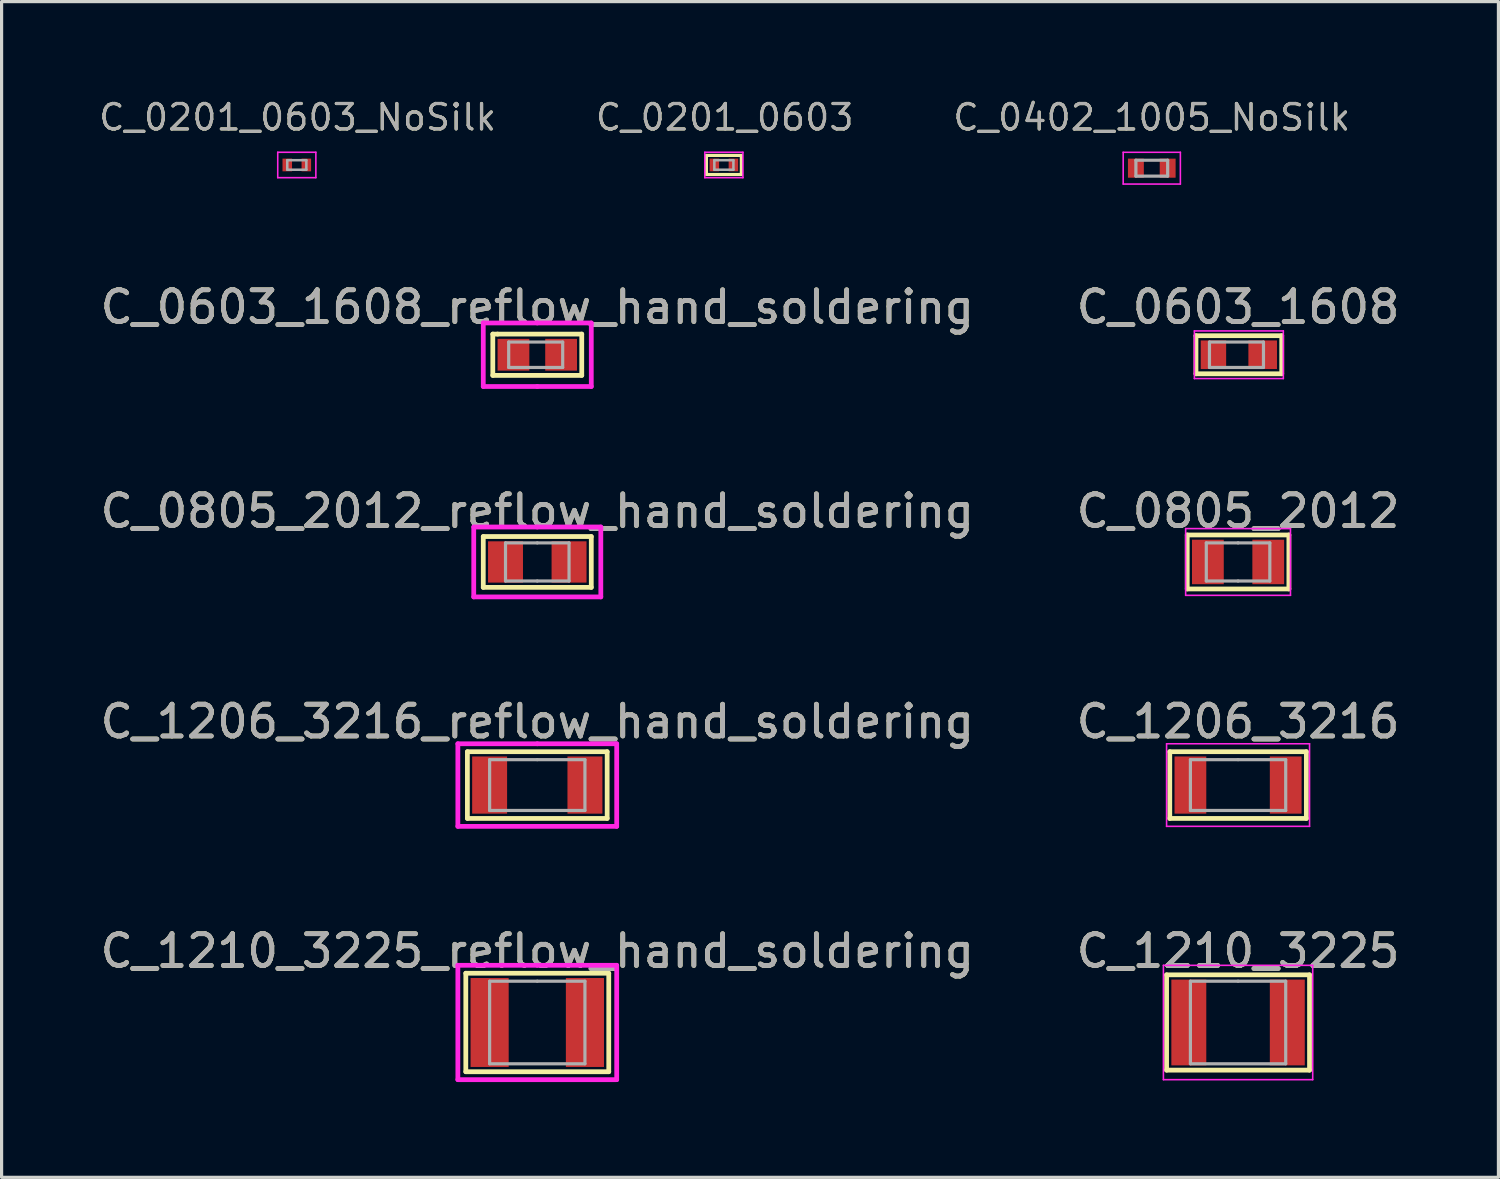
<source format=kicad_pcb>
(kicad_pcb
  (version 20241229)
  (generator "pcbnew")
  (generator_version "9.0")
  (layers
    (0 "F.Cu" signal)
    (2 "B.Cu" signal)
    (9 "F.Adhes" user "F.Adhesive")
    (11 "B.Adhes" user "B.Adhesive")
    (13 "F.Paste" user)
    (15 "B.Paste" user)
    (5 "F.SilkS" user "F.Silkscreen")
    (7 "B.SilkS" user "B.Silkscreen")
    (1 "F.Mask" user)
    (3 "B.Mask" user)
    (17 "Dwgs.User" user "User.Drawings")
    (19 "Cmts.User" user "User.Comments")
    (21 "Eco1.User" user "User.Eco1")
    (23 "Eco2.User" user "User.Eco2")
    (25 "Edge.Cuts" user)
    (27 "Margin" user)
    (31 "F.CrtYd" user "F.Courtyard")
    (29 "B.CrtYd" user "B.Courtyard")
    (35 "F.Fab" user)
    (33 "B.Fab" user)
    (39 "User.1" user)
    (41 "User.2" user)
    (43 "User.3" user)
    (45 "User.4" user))
  (footprint "C_0603_1608_reflow_hand_soldering"
    (layer "F.Cu")
    (at 13.863 8.117)
    (property "Reference" "C_0603_1608_reflow_hand_soldering" (at 0 -1.5 0) (layer "F.SilkS") (effects (font (size 1 1) (thickness 0.15))))
    (attr smd)
    (fp_line (start -1.4 -0.65) (end -1.25 -0.65) (stroke (width 0.15) (type solid)) (layer "F.SilkS"))
    (fp_line (start -1.4 0.65) (end -1.4 -0.65) (stroke (width 0.15) (type solid)) (layer "F.SilkS"))
    (fp_line (start -1.25 -0.65) (end 1.4 -0.65) (stroke (width 0.15) (type solid)) (layer "F.SilkS"))
    (fp_line (start 1.4 -0.65) (end 1.4 0.65) (stroke (width 0.15) (type solid)) (layer "F.SilkS"))
    (fp_line (start 1.4 0.65) (end -1.4 0.65) (stroke (width 0.15) (type solid)) (layer "F.SilkS"))
    (fp_line (start -1.7 -1) (end -1.7 1) (stroke (width 0.15) (type solid)) (layer "F.CrtYd"))
    (fp_line (start -1.7 1) (end 0 1) (stroke (width 0.15) (type solid)) (layer "F.CrtYd"))
    (fp_line (start 0 -1) (end -1.7 -1) (stroke (width 0.15) (type solid)) (layer "F.CrtYd"))
    (fp_line (start 0 -1) (end 1.7 -1) (stroke (width 0.15) (type solid)) (layer "F.CrtYd"))
    (fp_line (start 1.7 -1) (end 1.7 1) (stroke (width 0.15) (type solid)) (layer "F.CrtYd"))
    (fp_line (start 1.7 1) (end 0 1) (stroke (width 0.15) (type solid)) (layer "F.CrtYd"))
    (fp_line (start -0.9 -0.4) (end 0.8 -0.4) (stroke (width 0.1) (type solid)) (layer "F.Fab"))
    (fp_line (start -0.9 0.4) (end -0.9 -0.4) (stroke (width 0.1) (type solid)) (layer "F.Fab"))
    (fp_line (start 0.8 -0.4) (end 0.8 0.4) (stroke (width 0.1) (type solid)) (layer "F.Fab"))
    (fp_line (start 0.8 0.4) (end -0.9 0.4) (stroke (width 0.1) (type solid)) (layer "F.Fab"))
    (fp_text user "${REFERENCE}" (at 0 -1.5 0) (layer "F.Fab") (effects (font (size 1 1) (thickness 0.15))))
    (pad "1" smd rect (at -0.75 0) (size 1 1) (layers "F.Cu" "F.Mask" "F.Paste"))
    (pad "2" smd rect (at 0.75 0) (size 1 1) (layers "F.Cu" "F.Mask" "F.Paste")))
  (footprint "C_1210_3225_reflow_hand_soldering"
    (layer "F.Cu")
    (at 13.863 29.137)
    (property "Reference" "C_1210_3225_reflow_hand_soldering" (at 0 -2.25 0) (layer "F.SilkS") (effects (font (size 1 1) (thickness 0.15))))
    (attr smd)
    (fp_line (start -2.25 -1.55) (end 2.25 -1.55) (stroke (width 0.15) (type solid)) (layer "F.SilkS"))
    (fp_line (start -2.25 1.55) (end -2.25 -1.55) (stroke (width 0.15) (type solid)) (layer "F.SilkS"))
    (fp_line (start 2.25 -1.55) (end 2.25 1.55) (stroke (width 0.15) (type solid)) (layer "F.SilkS"))
    (fp_line (start 2.25 1.55) (end -2.25 1.55) (stroke (width 0.15) (type solid)) (layer "F.SilkS"))
    (fp_line (start -2.5 -1.8) (end 0 -1.8) (stroke (width 0.15) (type solid)) (layer "F.CrtYd"))
    (fp_line (start -2.5 1.8) (end -2.5 -1.8) (stroke (width 0.15) (type solid)) (layer "F.CrtYd"))
    (fp_line (start 0 -1.8) (end 2.5 -1.8) (stroke (width 0.15) (type solid)) (layer "F.CrtYd"))
    (fp_line (start 2.5 -1.8) (end 2.5 1.8) (stroke (width 0.15) (type solid)) (layer "F.CrtYd"))
    (fp_line (start 2.5 1.8) (end -2.5 1.8) (stroke (width 0.15) (type solid)) (layer "F.CrtYd"))
    (fp_line (start -1.5 -1.3) (end 0 -1.3) (stroke (width 0.1) (type solid)) (layer "F.Fab"))
    (fp_line (start -1.5 1.3) (end -1.5 -1.3) (stroke (width 0.1) (type solid)) (layer "F.Fab"))
    (fp_line (start 0 -1.3) (end 1.5 -1.3) (stroke (width 0.1) (type solid)) (layer "F.Fab"))
    (fp_line (start 1.5 -1.3) (end 1.5 1.3) (stroke (width 0.1) (type solid)) (layer "F.Fab"))
    (fp_line (start 1.5 1.3) (end -1.5 1.3) (stroke (width 0.1) (type solid)) (layer "F.Fab"))
    (fp_text user "${REFERENCE}" (at 0 -2.25 0) (layer "F.Fab") (effects (font (size 1 1) (thickness 0.15))))
    (pad "1" smd rect (at -1.5 0) (size 1.2 2.8) (layers "F.Cu" "F.Mask" "F.Paste"))
    (pad "2" smd rect (at 1.5 0) (size 1.2 2.8) (layers "F.Cu" "F.Mask" "F.Paste")))
  (footprint "C_0402_1005_NoSilk"
    (layer "F.Cu")
    (at 33.207 2.244)
    (property "Reference" "C_0402_1005_NoSilk" (at 0 -1.6 0) (layer "F.SilkS") (effects (font (size 0.8 0.8) (thickness 0.1))))
    (attr smd)
    (fp_line (start -0.9 -0.5) (end -0.9 0.5) (stroke (width 0.05) (type solid)) (layer "F.CrtYd"))
    (fp_line (start -0.9 0.5) (end 0.9 0.5) (stroke (width 0.05) (type solid)) (layer "F.CrtYd"))
    (fp_line (start 0.9 -0.5) (end -0.9 -0.5) (stroke (width 0.05) (type solid)) (layer "F.CrtYd"))
    (fp_line (start 0.9 0.5) (end 0.9 -0.5) (stroke (width 0.05) (type solid)) (layer "F.CrtYd"))
    (fp_line (start -0.5 -0.25) (end 0.5 -0.25) (stroke (width 0.1) (type solid)) (layer "F.Fab"))
    (fp_line (start -0.5 0.25) (end -0.5 -0.25) (stroke (width 0.1) (type solid)) (layer "F.Fab"))
    (fp_line (start 0.5 -0.25) (end 0.5 0.25) (stroke (width 0.1) (type solid)) (layer "F.Fab"))
    (fp_line (start 0.5 0.25) (end -0.5 0.25) (stroke (width 0.1) (type solid)) (layer "F.Fab"))
    (fp_text user "${REFERENCE}" (at 0 -1.6 0) (layer "F.Fab") (effects (font (size 0.8 0.8) (thickness 0.1))))
    (pad "1" smd rect (at -0.5 0) (size 0.5 0.6) (layers "F.Cu" "F.Mask" "F.Paste"))
    (pad "2" smd rect (at 0.5 0) (size 0.5 0.6) (layers "F.Cu" "F.Mask" "F.Paste")))
  (footprint "C_1206_3216_reflow_hand_soldering"
    (layer "F.Cu")
    (at 13.863 21.663)
    (property "Reference" "C_1206_3216_reflow_hand_soldering" (at 0 -2 0) (layer "F.SilkS") (effects (font (size 1 1) (thickness 0.15))))
    (attr smd)
    (fp_line (start -2.2 -1.05) (end 2.2 -1.05) (stroke (width 0.15) (type solid)) (layer "F.SilkS"))
    (fp_line (start -2.2 1.05) (end -2.2 -1.05) (stroke (width 0.15) (type solid)) (layer "F.SilkS"))
    (fp_line (start 2.2 -1.05) (end 2.2 1.05) (stroke (width 0.15) (type solid)) (layer "F.SilkS"))
    (fp_line (start 2.2 1.05) (end -2.2 1.05) (stroke (width 0.15) (type solid)) (layer "F.SilkS"))
    (fp_line (start -2.5 -1.3) (end 0 -1.3) (stroke (width 0.15) (type solid)) (layer "F.CrtYd"))
    (fp_line (start -2.5 1.3) (end -2.5 -1.3) (stroke (width 0.15) (type solid)) (layer "F.CrtYd"))
    (fp_line (start 0 -1.3) (end 2.5 -1.3) (stroke (width 0.15) (type solid)) (layer "F.CrtYd"))
    (fp_line (start 2.5 -1.3) (end 2.5 1.3) (stroke (width 0.15) (type solid)) (layer "F.CrtYd"))
    (fp_line (start 2.5 1.3) (end -2.5 1.3) (stroke (width 0.15) (type solid)) (layer "F.CrtYd"))
    (fp_line (start -1.5 -0.8) (end 0 -0.8) (stroke (width 0.1) (type solid)) (layer "F.Fab"))
    (fp_line (start -1.5 0.8) (end -1.5 -0.8) (stroke (width 0.1) (type solid)) (layer "F.Fab"))
    (fp_line (start 0 -0.8) (end 1.5 -0.8) (stroke (width 0.1) (type solid)) (layer "F.Fab"))
    (fp_line (start 1.5 -0.8) (end 1.5 0.8) (stroke (width 0.1) (type solid)) (layer "F.Fab"))
    (fp_line (start 1.5 0.8) (end -1.5 0.8) (stroke (width 0.1) (type solid)) (layer "F.Fab"))
    (fp_text user "${REFERENCE}" (at 0 -2 0) (layer "F.Fab") (effects (font (size 1 1) (thickness 0.15))))
    (pad "1" smd rect (at -1.5 0) (size 1.1 1.8) (layers "F.Cu" "F.Mask" "F.Paste"))
    (pad "2" smd rect (at 1.5 0) (size 1.1 1.8) (layers "F.Cu" "F.Mask" "F.Paste")))
  (footprint "C_0805_2012_reflow_hand_soldering"
    (layer "F.Cu")
    (at 13.863 14.64)
    (property "Reference" "C_0805_2012_reflow_hand_soldering" (at 0 -1.6 0) (layer "F.SilkS") (effects (font (size 1 1) (thickness 0.15))))
    (attr smd)
    (fp_line (start -1.7 -0.8) (end -1.7 0.8) (stroke (width 0.15) (type solid)) (layer "F.SilkS"))
    (fp_line (start -1.7 0.8) (end 1.7 0.8) (stroke (width 0.15) (type solid)) (layer "F.SilkS"))
    (fp_line (start 1.7 -0.8) (end -1.7 -0.8) (stroke (width 0.15) (type solid)) (layer "F.SilkS"))
    (fp_line (start 1.7 0.8) (end 1.7 -0.8) (stroke (width 0.15) (type solid)) (layer "F.SilkS"))
    (fp_line (start -2 -1.1) (end 0 -1.1) (stroke (width 0.15) (type solid)) (layer "F.CrtYd"))
    (fp_line (start -2 1.1) (end -2 -1.1) (stroke (width 0.15) (type solid)) (layer "F.CrtYd"))
    (fp_line (start 0 -1.1) (end 2 -1.1) (stroke (width 0.15) (type solid)) (layer "F.CrtYd"))
    (fp_line (start 2 -1.1) (end 2 1.1) (stroke (width 0.15) (type solid)) (layer "F.CrtYd"))
    (fp_line (start 2 1.1) (end -2 1.1) (stroke (width 0.15) (type solid)) (layer "F.CrtYd"))
    (fp_line (start -1 -0.6) (end -1 0.6) (stroke (width 0.1) (type solid)) (layer "F.Fab"))
    (fp_line (start -1 0.6) (end 0 0.6) (stroke (width 0.1) (type solid)) (layer "F.Fab"))
    (fp_line (start 0 -0.6) (end -1 -0.6) (stroke (width 0.1) (type solid)) (layer "F.Fab"))
    (fp_line (start 0 -0.6) (end 1 -0.6) (stroke (width 0.1) (type solid)) (layer "F.Fab"))
    (fp_line (start 1 -0.6) (end 1 0.6) (stroke (width 0.1) (type solid)) (layer "F.Fab"))
    (fp_line (start 1 0.6) (end 0 0.6) (stroke (width 0.1) (type solid)) (layer "F.Fab"))
    (fp_text user "${REFERENCE}" (at 0 -1.6 0) (layer "F.Fab") (effects (font (size 1 1) (thickness 0.15))))
    (pad "1" smd rect (at -1 0) (size 1.1 1.3) (layers "F.Cu" "F.Mask" "F.Paste"))
    (pad "2" smd rect (at 1 0) (size 1.1 1.3) (layers "F.Cu" "F.Mask" "F.Paste")))
  (footprint "C_1210_3225"
    (layer "F.Cu")
    (at 35.923 29.137)
    (property "Reference" "C_1210_3225" (at 0 -2.25 0) (layer "F.SilkS") (effects (font (size 1 1) (thickness 0.15))))
    (attr smd)
    (fp_line (start -2.25 -1.5) (end 2.25 -1.5) (stroke (width 0.15) (type solid)) (layer "F.SilkS"))
    (fp_line (start -2.25 1.5) (end -2.25 -1.5) (stroke (width 0.15) (type solid)) (layer "F.SilkS"))
    (fp_line (start 2.25 -1.5) (end 2.25 1.5) (stroke (width 0.15) (type solid)) (layer "F.SilkS"))
    (fp_line (start 2.25 1.5) (end -2.25 1.5) (stroke (width 0.15) (type solid)) (layer "F.SilkS"))
    (fp_line (start -2.35 -1.8) (end 2.35 -1.8) (stroke (width 0.05) (type solid)) (layer "F.CrtYd"))
    (fp_line (start -2.35 1.8) (end -2.35 -1.8) (stroke (width 0.05) (type solid)) (layer "F.CrtYd"))
    (fp_line (start 2.35 -1.8) (end 2.35 1.8) (stroke (width 0.05) (type solid)) (layer "F.CrtYd"))
    (fp_line (start 2.35 1.8) (end -2.35 1.8) (stroke (width 0.05) (type solid)) (layer "F.CrtYd"))
    (fp_line (start -1.5 -1.3) (end 0 -1.3) (stroke (width 0.1) (type solid)) (layer "F.Fab"))
    (fp_line (start -1.5 1.3) (end -1.5 -1.3) (stroke (width 0.1) (type solid)) (layer "F.Fab"))
    (fp_line (start 0 -1.3) (end 1.5 -1.3) (stroke (width 0.1) (type solid)) (layer "F.Fab"))
    (fp_line (start 1.5 -1.3) (end 1.5 1.3) (stroke (width 0.1) (type solid)) (layer "F.Fab"))
    (fp_line (start 1.5 1.3) (end -1.5 1.3) (stroke (width 0.1) (type solid)) (layer "F.Fab"))
    (fp_text user "${REFERENCE}" (at 0 -2.25 0) (layer "F.Fab") (effects (font (size 1 1) (thickness 0.15))))
    (pad "1" smd rect (at -1.55 0) (size 1.1 2.7) (layers "F.Cu" "F.Mask" "F.Paste"))
    (pad "2" smd rect (at 1.55 0) (size 1.1 2.7) (layers "F.Cu" "F.Mask" "F.Paste")))
  (footprint "C_0805_2012"
    (layer "F.Cu")
    (at 35.923 14.64)
    (property "Reference" "C_0805_2012" (at 0 -1.6 0) (layer "F.SilkS") (effects (font (size 1 1) (thickness 0.15))))
    (attr smd)
    (fp_line (start -1.6 -0.85) (end -1.6 0.85) (stroke (width 0.15) (type solid)) (layer "F.SilkS"))
    (fp_line (start -1.6 0.85) (end 1.6 0.85) (stroke (width 0.15) (type solid)) (layer "F.SilkS"))
    (fp_line (start 1.6 -0.85) (end -1.6 -0.85) (stroke (width 0.15) (type solid)) (layer "F.SilkS"))
    (fp_line (start 1.6 0.85) (end 1.6 -0.85) (stroke (width 0.15) (type solid)) (layer "F.SilkS"))
    (fp_line (start -1.65 -1.05) (end 1.65 -1.05) (stroke (width 0.05) (type solid)) (layer "F.CrtYd"))
    (fp_line (start -1.65 1.05) (end -1.65 -1.05) (stroke (width 0.05) (type solid)) (layer "F.CrtYd"))
    (fp_line (start 1.65 -1.05) (end 1.65 1.05) (stroke (width 0.05) (type solid)) (layer "F.CrtYd"))
    (fp_line (start 1.65 1.05) (end -1.65 1.05) (stroke (width 0.05) (type solid)) (layer "F.CrtYd"))
    (fp_line (start -1 -0.6) (end -1 0.6) (stroke (width 0.1) (type solid)) (layer "F.Fab"))
    (fp_line (start -1 0.6) (end 0 0.6) (stroke (width 0.1) (type solid)) (layer "F.Fab"))
    (fp_line (start 0 -0.6) (end -1 -0.6) (stroke (width 0.1) (type solid)) (layer "F.Fab"))
    (fp_line (start 0 -0.6) (end 1 -0.6) (stroke (width 0.1) (type solid)) (layer "F.Fab"))
    (fp_line (start 1 -0.6) (end 1 0.6) (stroke (width 0.1) (type solid)) (layer "F.Fab"))
    (fp_line (start 1 0.6) (end 0 0.6) (stroke (width 0.1) (type solid)) (layer "F.Fab"))
    (fp_text user "${REFERENCE}" (at 0 -1.6 0) (layer "F.Fab") (effects (font (size 1 1) (thickness 0.15))))
    (pad "1" smd rect (at -0.95 0) (size 1 1.4) (layers "F.Cu" "F.Mask" "F.Paste"))
    (pad "2" smd rect (at 0.95 0) (size 1 1.4) (layers "F.Cu" "F.Mask" "F.Paste")))
  (footprint "C_0603_1608"
    (layer "F.Cu")
    (at 35.898 8.117)
    (property "Reference" "C_0603_1608" (at 0.025 -1.5 0) (layer "F.SilkS") (effects (font (size 1 1) (thickness 0.15))))
    (attr smd)
    (fp_line (start -1.3 -0.6) (end 1.4 -0.6) (stroke (width 0.15) (type solid)) (layer "F.SilkS"))
    (fp_line (start -1.3 0.6) (end -1.3 -0.6) (stroke (width 0.15) (type solid)) (layer "F.SilkS"))
    (fp_line (start 1.4 -0.6) (end 1.4 0.6) (stroke (width 0.15) (type solid)) (layer "F.SilkS"))
    (fp_line (start 1.4 0.6) (end -1.3 0.6) (stroke (width 0.15) (type solid)) (layer "F.SilkS"))
    (fp_line (start -1.35 -0.75) (end 1.45 -0.75) (stroke (width 0.05) (type solid)) (layer "F.CrtYd"))
    (fp_line (start -1.35 0.75) (end -1.35 -0.75) (stroke (width 0.05) (type solid)) (layer "F.CrtYd"))
    (fp_line (start 1.45 -0.75) (end 1.45 0.75) (stroke (width 0.05) (type solid)) (layer "F.CrtYd"))
    (fp_line (start 1.45 0.75) (end -1.35 0.75) (stroke (width 0.05) (type solid)) (layer "F.CrtYd"))
    (fp_line (start -0.875 -0.4) (end 0.825 -0.4) (stroke (width 0.1) (type solid)) (layer "F.Fab"))
    (fp_line (start -0.875 0.4) (end -0.875 -0.4) (stroke (width 0.1) (type solid)) (layer "F.Fab"))
    (fp_line (start 0.825 -0.4) (end 0.825 0.4) (stroke (width 0.1) (type solid)) (layer "F.Fab"))
    (fp_line (start 0.825 0.4) (end -0.875 0.4) (stroke (width 0.1) (type solid)) (layer "F.Fab"))
    (fp_text user "${REFERENCE}" (at 0.025 -1.5 0) (layer "F.Fab") (effects (font (size 1 1) (thickness 0.15))))
    (pad "1" smd rect (at -0.75 0) (size 0.8 0.9) (layers "F.Cu" "F.Mask" "F.Paste"))
    (pad "2" smd rect (at 0.8 0) (size 0.9 0.9) (layers "F.Cu" "F.Mask" "F.Paste")))
  (footprint "C_0201_0603"
    (layer "F.Cu")
    (at 19.737 2.143)
    (property "Reference" "C_0201_0603" (at 0.025 -1.5 0) (layer "F.SilkS") (effects (font (size 0.8 0.8) (thickness 0.1))))
    (attr smd)
    (fp_line (start -0.55 -0.3) (end -0.55 0.3) (stroke (width 0.1) (type solid)) (layer "F.SilkS"))
    (fp_line (start -0.55 0.3) (end 0.55 0.3) (stroke (width 0.1) (type solid)) (layer "F.SilkS"))
    (fp_line (start 0.55 -0.3) (end -0.55 -0.3) (stroke (width 0.1) (type solid)) (layer "F.SilkS"))
    (fp_line (start 0.55 0.3) (end 0.55 -0.3) (stroke (width 0.1) (type solid)) (layer "F.SilkS"))
    (fp_line (start -0.6 -0.4) (end -0.6 0.4) (stroke (width 0.05) (type solid)) (layer "F.CrtYd"))
    (fp_line (start -0.6 0.4) (end 0.6 0.4) (stroke (width 0.05) (type solid)) (layer "F.CrtYd"))
    (fp_line (start 0.6 -0.4) (end -0.6 -0.4) (stroke (width 0.05) (type solid)) (layer "F.CrtYd"))
    (fp_line (start 0.6 0.4) (end 0.6 -0.4) (stroke (width 0.05) (type solid)) (layer "F.CrtYd"))
    (fp_line (start -0.3 -0.15) (end -0.3 0.15) (stroke (width 0.08) (type solid)) (layer "F.Fab"))
    (fp_line (start -0.3 0.15) (end 0.3 0.15) (stroke (width 0.08) (type solid)) (layer "F.Fab"))
    (fp_line (start 0.3 -0.15) (end -0.3 -0.15) (stroke (width 0.08) (type solid)) (layer "F.Fab"))
    (fp_line (start 0.3 0.15) (end 0.3 -0.15) (stroke (width 0.08) (type solid)) (layer "F.Fab"))
    (fp_text user "${REFERENCE}" (at 0.025 -1.5 0) (layer "F.Fab") (effects (font (size 0.8 0.8) (thickness 0.1))))
    (pad "1" smd rect (at -0.3 0) (size 0.3 0.4) (layers "F.Cu" "F.Mask" "F.Paste"))
    (pad "2" smd rect (at 0.3 0) (size 0.3 0.4) (layers "F.Cu" "F.Mask" "F.Paste")))
  (footprint "C_1206_3216"
    (layer "F.Cu")
    (at 35.923 21.663)
    (property "Reference" "C_1206_3216" (at 0 -2 0) (layer "F.SilkS") (effects (font (size 1 1) (thickness 0.15))))
    (attr smd)
    (fp_line (start -2.15 -1.05) (end 2.15 -1.05) (stroke (width 0.15) (type solid)) (layer "F.SilkS"))
    (fp_line (start -2.15 1.05) (end -2.15 -1.05) (stroke (width 0.15) (type solid)) (layer "F.SilkS"))
    (fp_line (start 2.15 -1.05) (end 2.15 1.05) (stroke (width 0.15) (type solid)) (layer "F.SilkS"))
    (fp_line (start 2.15 1.05) (end -2.15 1.05) (stroke (width 0.15) (type solid)) (layer "F.SilkS"))
    (fp_line (start -2.25 1.3) (end -2.25 -1.3) (stroke (width 0.05) (type solid)) (layer "F.CrtYd"))
    (fp_line (start 2.25 -1.3) (end -2.25 -1.3) (stroke (width 0.05) (type solid)) (layer "F.CrtYd"))
    (fp_line (start 2.25 -1.3) (end 2.25 1.3) (stroke (width 0.05) (type solid)) (layer "F.CrtYd"))
    (fp_line (start 2.25 1.3) (end -2.25 1.3) (stroke (width 0.05) (type solid)) (layer "F.CrtYd"))
    (fp_line (start -1.5 -0.8) (end 0 -0.8) (stroke (width 0.1) (type solid)) (layer "F.Fab"))
    (fp_line (start -1.5 0.8) (end -1.5 -0.8) (stroke (width 0.1) (type solid)) (layer "F.Fab"))
    (fp_line (start 0 -0.8) (end 1.5 -0.8) (stroke (width 0.1) (type solid)) (layer "F.Fab"))
    (fp_line (start 1.5 -0.8) (end 1.5 0.8) (stroke (width 0.1) (type solid)) (layer "F.Fab"))
    (fp_line (start 1.5 0.8) (end -1.5 0.8) (stroke (width 0.1) (type solid)) (layer "F.Fab"))
    (fp_text user "${REFERENCE}" (at 0 -2 0) (layer "F.Fab") (effects (font (size 1 1) (thickness 0.15))))
    (pad "1" smd rect (at -1.5 0) (size 1 1.8) (layers "F.Cu" "F.Mask" "F.Paste"))
    (pad "2" smd rect (at 1.5 0) (size 1 1.8) (layers "F.Cu" "F.Mask" "F.Paste")))
  (footprint "C_0201_0603_NoSilk"
    (layer "F.Cu")
    (at 6.293 2.143)
    (property "Reference" "C_0201_0603_NoSilk" (at 0.025 -1.5 0) (layer "F.SilkS") (effects (font (size 0.8 0.8) (thickness 0.1))))
    (attr smd)
    (fp_line (start -0.6 -0.4) (end -0.6 0.4) (stroke (width 0.05) (type solid)) (layer "F.CrtYd"))
    (fp_line (start -0.6 0.4) (end 0.6 0.4) (stroke (width 0.05) (type solid)) (layer "F.CrtYd"))
    (fp_line (start 0.6 -0.4) (end -0.6 -0.4) (stroke (width 0.05) (type solid)) (layer "F.CrtYd"))
    (fp_line (start 0.6 0.4) (end 0.6 -0.4) (stroke (width 0.05) (type solid)) (layer "F.CrtYd"))
    (fp_line (start -0.3 -0.15) (end -0.3 0.15) (stroke (width 0.08) (type solid)) (layer "F.Fab"))
    (fp_line (start -0.3 0.15) (end 0.3 0.15) (stroke (width 0.08) (type solid)) (layer "F.Fab"))
    (fp_line (start 0.3 -0.15) (end -0.3 -0.15) (stroke (width 0.08) (type solid)) (layer "F.Fab"))
    (fp_line (start 0.3 0.15) (end 0.3 -0.15) (stroke (width 0.08) (type solid)) (layer "F.Fab"))
    (fp_text user "${REFERENCE}" (at 0.025 -1.5 0) (layer "F.Fab") (effects (font (size 0.8 0.8) (thickness 0.1))))
    (pad "1" smd rect (at -0.3 0) (size 0.3 0.4) (layers "F.Cu" "F.Mask" "F.Paste"))
    (pad "2" smd rect (at 0.3 0) (size 0.3 0.4) (layers "F.Cu" "F.Mask" "F.Paste")))
  (gr_rect
    (start -3 -3)
    (end 44.119 34.011)
    (stroke (width 0.1) (type default))
    (fill no)
    (layer "Edge.Cuts")))
</source>
